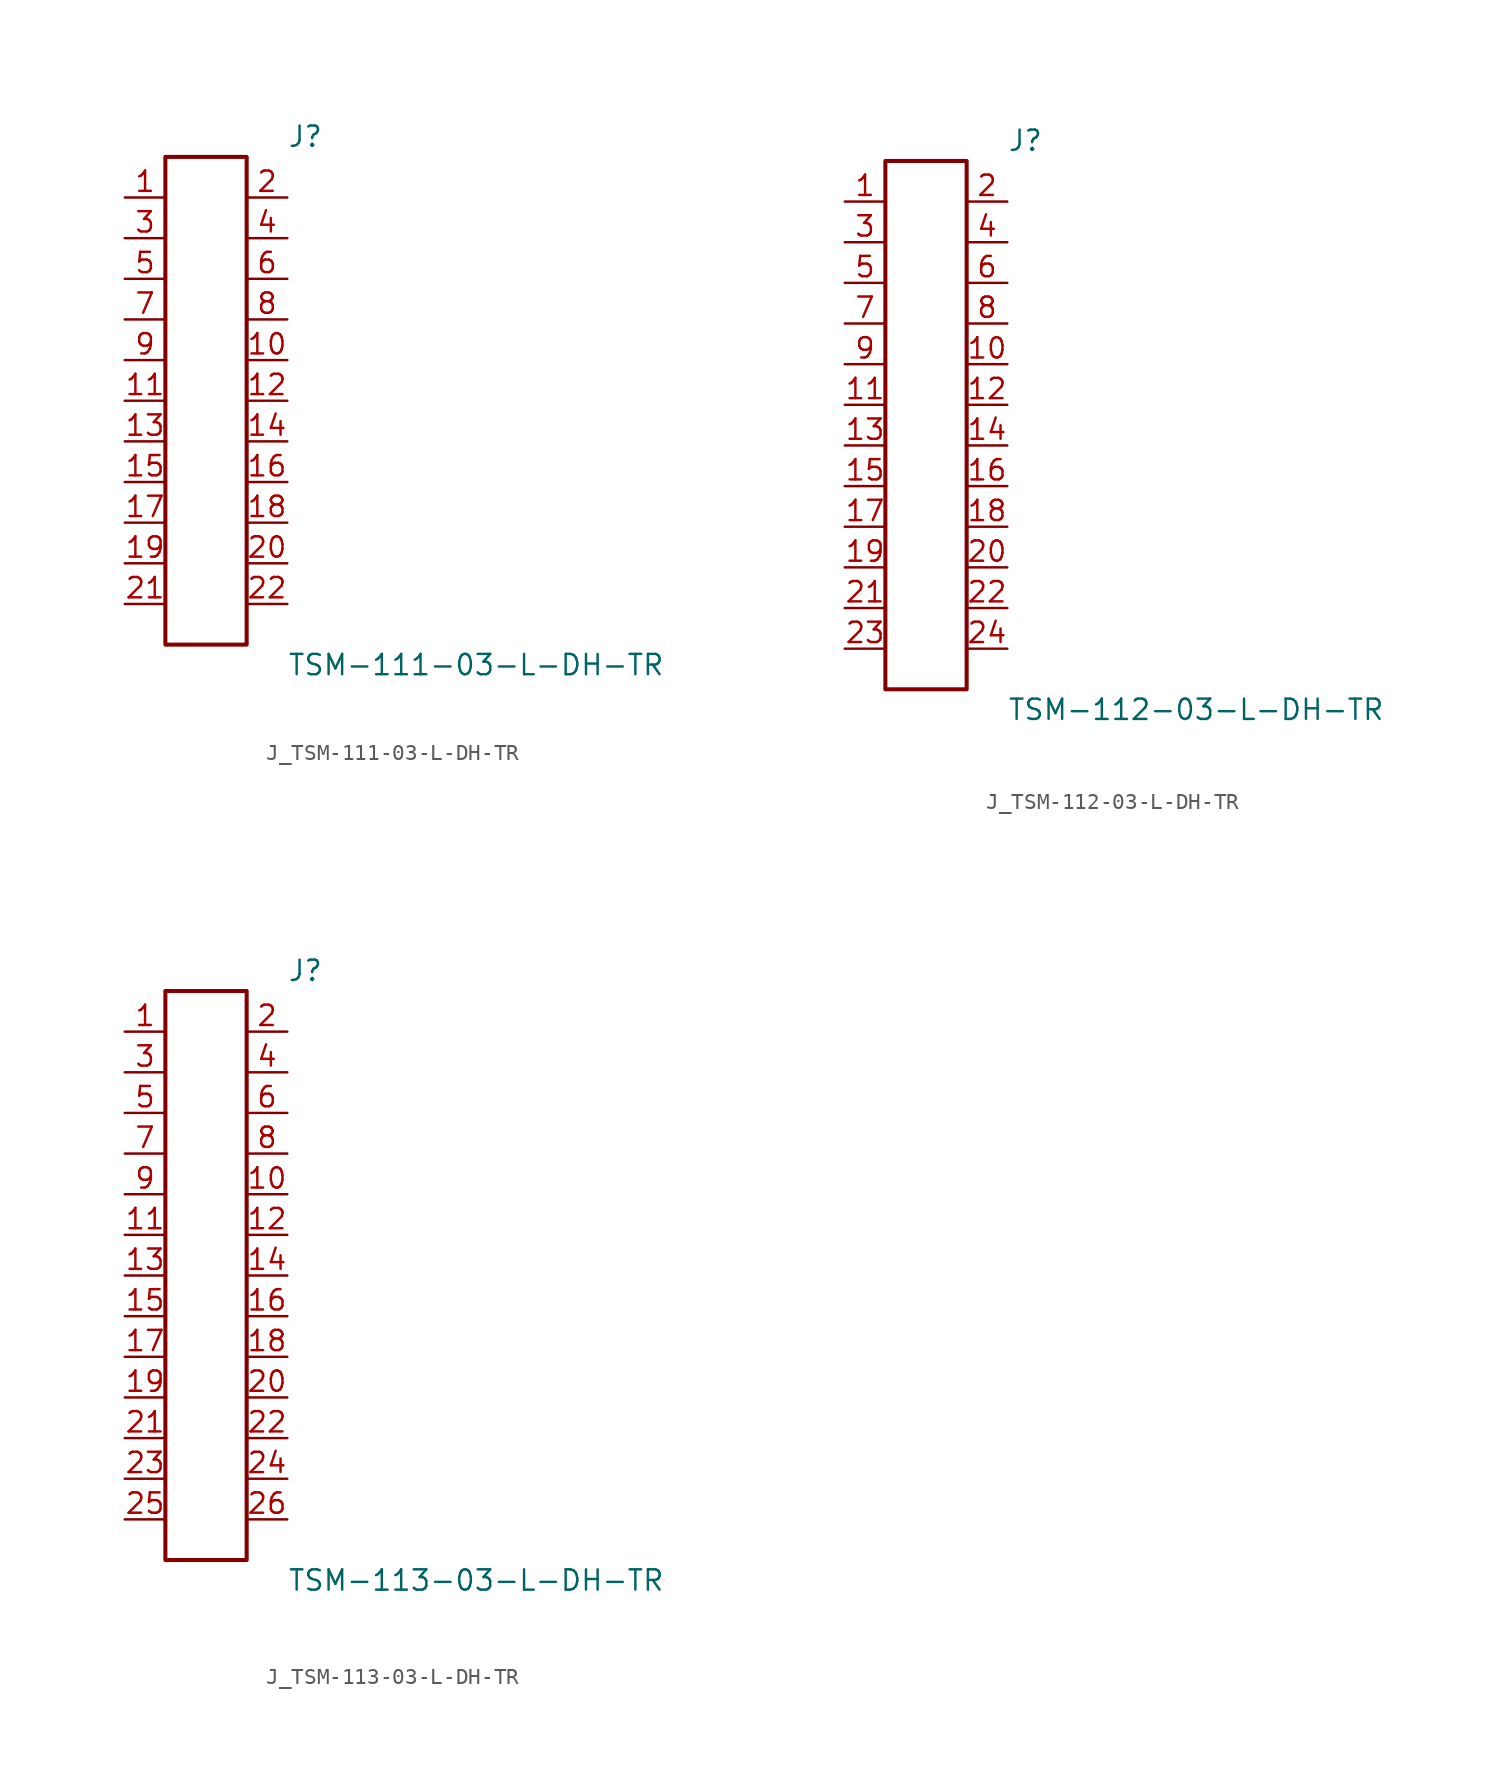
<source format=kicad_sym>
(kicad_symbol_lib
  (version 20231120)
  (generator kicad_symbol_editor)
  (generator_version 8.0)
  (symbol "J_TSM-111-03-L-DH-TR"
    (pin_names
      (offset 0.254))
    (property "Reference" "J"
      (at 5.08 16.51 0)
      (effects (font (size 1.27 1.27)) (justify left)))
    (property "Value" "TSM-111-03-L-DH-TR"
      (at 5.08 -16.51 0)
      (effects (font (size 1.27 1.27)) (justify left)))
    (symbol "J_TSM-111-03-L-DH-TR_0_0"
      (pin passive line (at -5.08 12.7 0) (length 2.54) (name "" (effects (font (size 1.27 1.27)))) (number "1" (effects (font (size 1.27 1.27)))))
      (pin passive line (at 5.08 12.7 180) (length 2.54) (name "" (effects (font (size 1.27 1.27)))) (number "2" (effects (font (size 1.27 1.27)))))
      (pin passive line (at -5.08 10.16 0) (length 2.54) (name "" (effects (font (size 1.27 1.27)))) (number "3" (effects (font (size 1.27 1.27)))))
      (pin passive line (at 5.08 10.16 180) (length 2.54) (name "" (effects (font (size 1.27 1.27)))) (number "4" (effects (font (size 1.27 1.27)))))
      (pin passive line (at -5.08 7.62 0) (length 2.54) (name "" (effects (font (size 1.27 1.27)))) (number "5" (effects (font (size 1.27 1.27)))))
      (pin passive line (at 5.08 7.62 180) (length 2.54) (name "" (effects (font (size 1.27 1.27)))) (number "6" (effects (font (size 1.27 1.27)))))
      (pin passive line (at -5.08 5.08 0) (length 2.54) (name "" (effects (font (size 1.27 1.27)))) (number "7" (effects (font (size 1.27 1.27)))))
      (pin passive line (at 5.08 5.08 180) (length 2.54) (name "" (effects (font (size 1.27 1.27)))) (number "8" (effects (font (size 1.27 1.27)))))
      (pin passive line (at -5.08 2.54 0) (length 2.54) (name "" (effects (font (size 1.27 1.27)))) (number "9" (effects (font (size 1.27 1.27)))))
      (pin passive line (at 5.08 2.54 180) (length 2.54) (name "" (effects (font (size 1.27 1.27)))) (number "10" (effects (font (size 1.27 1.27)))))
      (pin passive line (at -5.08 0.0 0) (length 2.54) (name "" (effects (font (size 1.27 1.27)))) (number "11" (effects (font (size 1.27 1.27)))))
      (pin passive line (at 5.08 0.0 180) (length 2.54) (name "" (effects (font (size 1.27 1.27)))) (number "12" (effects (font (size 1.27 1.27)))))
      (pin passive line (at -5.08 -2.54 0) (length 2.54) (name "" (effects (font (size 1.27 1.27)))) (number "13" (effects (font (size 1.27 1.27)))))
      (pin passive line (at 5.08 -2.54 180) (length 2.54) (name "" (effects (font (size 1.27 1.27)))) (number "14" (effects (font (size 1.27 1.27)))))
      (pin passive line (at -5.08 -5.08 0) (length 2.54) (name "" (effects (font (size 1.27 1.27)))) (number "15" (effects (font (size 1.27 1.27)))))
      (pin passive line (at 5.08 -5.08 180) (length 2.54) (name "" (effects (font (size 1.27 1.27)))) (number "16" (effects (font (size 1.27 1.27)))))
      (pin passive line (at -5.08 -7.62 0) (length 2.54) (name "" (effects (font (size 1.27 1.27)))) (number "17" (effects (font (size 1.27 1.27)))))
      (pin passive line (at 5.08 -7.62 180) (length 2.54) (name "" (effects (font (size 1.27 1.27)))) (number "18" (effects (font (size 1.27 1.27)))))
      (pin passive line (at -5.08 -10.16 0) (length 2.54) (name "" (effects (font (size 1.27 1.27)))) (number "19" (effects (font (size 1.27 1.27)))))
      (pin passive line (at 5.08 -10.16 180) (length 2.54) (name "" (effects (font (size 1.27 1.27)))) (number "20" (effects (font (size 1.27 1.27)))))
      (pin passive line (at -5.08 -12.7 0) (length 2.54) (name "" (effects (font (size 1.27 1.27)))) (number "21" (effects (font (size 1.27 1.27)))))
      (pin passive line (at 5.08 -12.7 180) (length 2.54) (name "" (effects (font (size 1.27 1.27)))) (number "22" (effects (font (size 1.27 1.27))))))
    (symbol "J_TSM-111-03-L-DH-TR_1_0"
      (rectangle (start -2.54 15.24) (end 2.54 -15.24) (stroke (width 0.254) (type solid)) (fill (type none)))))
  (symbol "J_TSM-112-03-L-DH-TR"
    (pin_names
      (offset 0.254))
    (property "Reference" "J"
      (at 5.08 17.78 0)
      (effects (font (size 1.27 1.27)) (justify left)))
    (property "Value" "TSM-112-03-L-DH-TR"
      (at 5.08 -17.78 0)
      (effects (font (size 1.27 1.27)) (justify left)))
    (symbol "J_TSM-112-03-L-DH-TR_0_0"
      (pin passive line (at -5.08 13.97 0) (length 2.54) (name "" (effects (font (size 1.27 1.27)))) (number "1" (effects (font (size 1.27 1.27)))))
      (pin passive line (at 5.08 13.97 180) (length 2.54) (name "" (effects (font (size 1.27 1.27)))) (number "2" (effects (font (size 1.27 1.27)))))
      (pin passive line (at -5.08 11.43 0) (length 2.54) (name "" (effects (font (size 1.27 1.27)))) (number "3" (effects (font (size 1.27 1.27)))))
      (pin passive line (at 5.08 11.43 180) (length 2.54) (name "" (effects (font (size 1.27 1.27)))) (number "4" (effects (font (size 1.27 1.27)))))
      (pin passive line (at -5.08 8.89 0) (length 2.54) (name "" (effects (font (size 1.27 1.27)))) (number "5" (effects (font (size 1.27 1.27)))))
      (pin passive line (at 5.08 8.89 180) (length 2.54) (name "" (effects (font (size 1.27 1.27)))) (number "6" (effects (font (size 1.27 1.27)))))
      (pin passive line (at -5.08 6.35 0) (length 2.54) (name "" (effects (font (size 1.27 1.27)))) (number "7" (effects (font (size 1.27 1.27)))))
      (pin passive line (at 5.08 6.35 180) (length 2.54) (name "" (effects (font (size 1.27 1.27)))) (number "8" (effects (font (size 1.27 1.27)))))
      (pin passive line (at -5.08 3.81 0) (length 2.54) (name "" (effects (font (size 1.27 1.27)))) (number "9" (effects (font (size 1.27 1.27)))))
      (pin passive line (at 5.08 3.81 180) (length 2.54) (name "" (effects (font (size 1.27 1.27)))) (number "10" (effects (font (size 1.27 1.27)))))
      (pin passive line (at -5.08 1.27 0) (length 2.54) (name "" (effects (font (size 1.27 1.27)))) (number "11" (effects (font (size 1.27 1.27)))))
      (pin passive line (at 5.08 1.27 180) (length 2.54) (name "" (effects (font (size 1.27 1.27)))) (number "12" (effects (font (size 1.27 1.27)))))
      (pin passive line (at -5.08 -1.27 0) (length 2.54) (name "" (effects (font (size 1.27 1.27)))) (number "13" (effects (font (size 1.27 1.27)))))
      (pin passive line (at 5.08 -1.27 180) (length 2.54) (name "" (effects (font (size 1.27 1.27)))) (number "14" (effects (font (size 1.27 1.27)))))
      (pin passive line (at -5.08 -3.81 0) (length 2.54) (name "" (effects (font (size 1.27 1.27)))) (number "15" (effects (font (size 1.27 1.27)))))
      (pin passive line (at 5.08 -3.81 180) (length 2.54) (name "" (effects (font (size 1.27 1.27)))) (number "16" (effects (font (size 1.27 1.27)))))
      (pin passive line (at -5.08 -6.35 0) (length 2.54) (name "" (effects (font (size 1.27 1.27)))) (number "17" (effects (font (size 1.27 1.27)))))
      (pin passive line (at 5.08 -6.35 180) (length 2.54) (name "" (effects (font (size 1.27 1.27)))) (number "18" (effects (font (size 1.27 1.27)))))
      (pin passive line (at -5.08 -8.89 0) (length 2.54) (name "" (effects (font (size 1.27 1.27)))) (number "19" (effects (font (size 1.27 1.27)))))
      (pin passive line (at 5.08 -8.89 180) (length 2.54) (name "" (effects (font (size 1.27 1.27)))) (number "20" (effects (font (size 1.27 1.27)))))
      (pin passive line (at -5.08 -11.43 0) (length 2.54) (name "" (effects (font (size 1.27 1.27)))) (number "21" (effects (font (size 1.27 1.27)))))
      (pin passive line (at 5.08 -11.43 180) (length 2.54) (name "" (effects (font (size 1.27 1.27)))) (number "22" (effects (font (size 1.27 1.27)))))
      (pin passive line (at -5.08 -13.97 0) (length 2.54) (name "" (effects (font (size 1.27 1.27)))) (number "23" (effects (font (size 1.27 1.27)))))
      (pin passive line (at 5.08 -13.97 180) (length 2.54) (name "" (effects (font (size 1.27 1.27)))) (number "24" (effects (font (size 1.27 1.27))))))
    (symbol "J_TSM-112-03-L-DH-TR_1_0"
      (rectangle (start -2.54 16.51) (end 2.54 -16.51) (stroke (width 0.254) (type solid)) (fill (type none)))))
  (symbol "J_TSM-113-03-L-DH-TR"
    (pin_names
      (offset 0.254))
    (property "Reference" "J"
      (at 5.08 19.05 0)
      (effects (font (size 1.27 1.27)) (justify left)))
    (property "Value" "TSM-113-03-L-DH-TR"
      (at 5.08 -19.05 0)
      (effects (font (size 1.27 1.27)) (justify left)))
    (symbol "J_TSM-113-03-L-DH-TR_0_0"
      (pin passive line (at -5.08 15.24 0) (length 2.54) (name "" (effects (font (size 1.27 1.27)))) (number "1" (effects (font (size 1.27 1.27)))))
      (pin passive line (at 5.08 15.24 180) (length 2.54) (name "" (effects (font (size 1.27 1.27)))) (number "2" (effects (font (size 1.27 1.27)))))
      (pin passive line (at -5.08 12.7 0) (length 2.54) (name "" (effects (font (size 1.27 1.27)))) (number "3" (effects (font (size 1.27 1.27)))))
      (pin passive line (at 5.08 12.7 180) (length 2.54) (name "" (effects (font (size 1.27 1.27)))) (number "4" (effects (font (size 1.27 1.27)))))
      (pin passive line (at -5.08 10.16 0) (length 2.54) (name "" (effects (font (size 1.27 1.27)))) (number "5" (effects (font (size 1.27 1.27)))))
      (pin passive line (at 5.08 10.16 180) (length 2.54) (name "" (effects (font (size 1.27 1.27)))) (number "6" (effects (font (size 1.27 1.27)))))
      (pin passive line (at -5.08 7.62 0) (length 2.54) (name "" (effects (font (size 1.27 1.27)))) (number "7" (effects (font (size 1.27 1.27)))))
      (pin passive line (at 5.08 7.62 180) (length 2.54) (name "" (effects (font (size 1.27 1.27)))) (number "8" (effects (font (size 1.27 1.27)))))
      (pin passive line (at -5.08 5.08 0) (length 2.54) (name "" (effects (font (size 1.27 1.27)))) (number "9" (effects (font (size 1.27 1.27)))))
      (pin passive line (at 5.08 5.08 180) (length 2.54) (name "" (effects (font (size 1.27 1.27)))) (number "10" (effects (font (size 1.27 1.27)))))
      (pin passive line (at -5.08 2.54 0) (length 2.54) (name "" (effects (font (size 1.27 1.27)))) (number "11" (effects (font (size 1.27 1.27)))))
      (pin passive line (at 5.08 2.54 180) (length 2.54) (name "" (effects (font (size 1.27 1.27)))) (number "12" (effects (font (size 1.27 1.27)))))
      (pin passive line (at -5.08 0.0 0) (length 2.54) (name "" (effects (font (size 1.27 1.27)))) (number "13" (effects (font (size 1.27 1.27)))))
      (pin passive line (at 5.08 0.0 180) (length 2.54) (name "" (effects (font (size 1.27 1.27)))) (number "14" (effects (font (size 1.27 1.27)))))
      (pin passive line (at -5.08 -2.54 0) (length 2.54) (name "" (effects (font (size 1.27 1.27)))) (number "15" (effects (font (size 1.27 1.27)))))
      (pin passive line (at 5.08 -2.54 180) (length 2.54) (name "" (effects (font (size 1.27 1.27)))) (number "16" (effects (font (size 1.27 1.27)))))
      (pin passive line (at -5.08 -5.08 0) (length 2.54) (name "" (effects (font (size 1.27 1.27)))) (number "17" (effects (font (size 1.27 1.27)))))
      (pin passive line (at 5.08 -5.08 180) (length 2.54) (name "" (effects (font (size 1.27 1.27)))) (number "18" (effects (font (size 1.27 1.27)))))
      (pin passive line (at -5.08 -7.62 0) (length 2.54) (name "" (effects (font (size 1.27 1.27)))) (number "19" (effects (font (size 1.27 1.27)))))
      (pin passive line (at 5.08 -7.62 180) (length 2.54) (name "" (effects (font (size 1.27 1.27)))) (number "20" (effects (font (size 1.27 1.27)))))
      (pin passive line (at -5.08 -10.16 0) (length 2.54) (name "" (effects (font (size 1.27 1.27)))) (number "21" (effects (font (size 1.27 1.27)))))
      (pin passive line (at 5.08 -10.16 180) (length 2.54) (name "" (effects (font (size 1.27 1.27)))) (number "22" (effects (font (size 1.27 1.27)))))
      (pin passive line (at -5.08 -12.7 0) (length 2.54) (name "" (effects (font (size 1.27 1.27)))) (number "23" (effects (font (size 1.27 1.27)))))
      (pin passive line (at 5.08 -12.7 180) (length 2.54) (name "" (effects (font (size 1.27 1.27)))) (number "24" (effects (font (size 1.27 1.27)))))
      (pin passive line (at -5.08 -15.24 0) (length 2.54) (name "" (effects (font (size 1.27 1.27)))) (number "25" (effects (font (size 1.27 1.27)))))
      (pin passive line (at 5.08 -15.24 180) (length 2.54) (name "" (effects (font (size 1.27 1.27)))) (number "26" (effects (font (size 1.27 1.27))))))
    (symbol "J_TSM-113-03-L-DH-TR_1_0"
      (rectangle (start -2.54 17.78) (end 2.54 -17.78) (stroke (width 0.254) (type solid)) (fill (type none))))))
</source>
